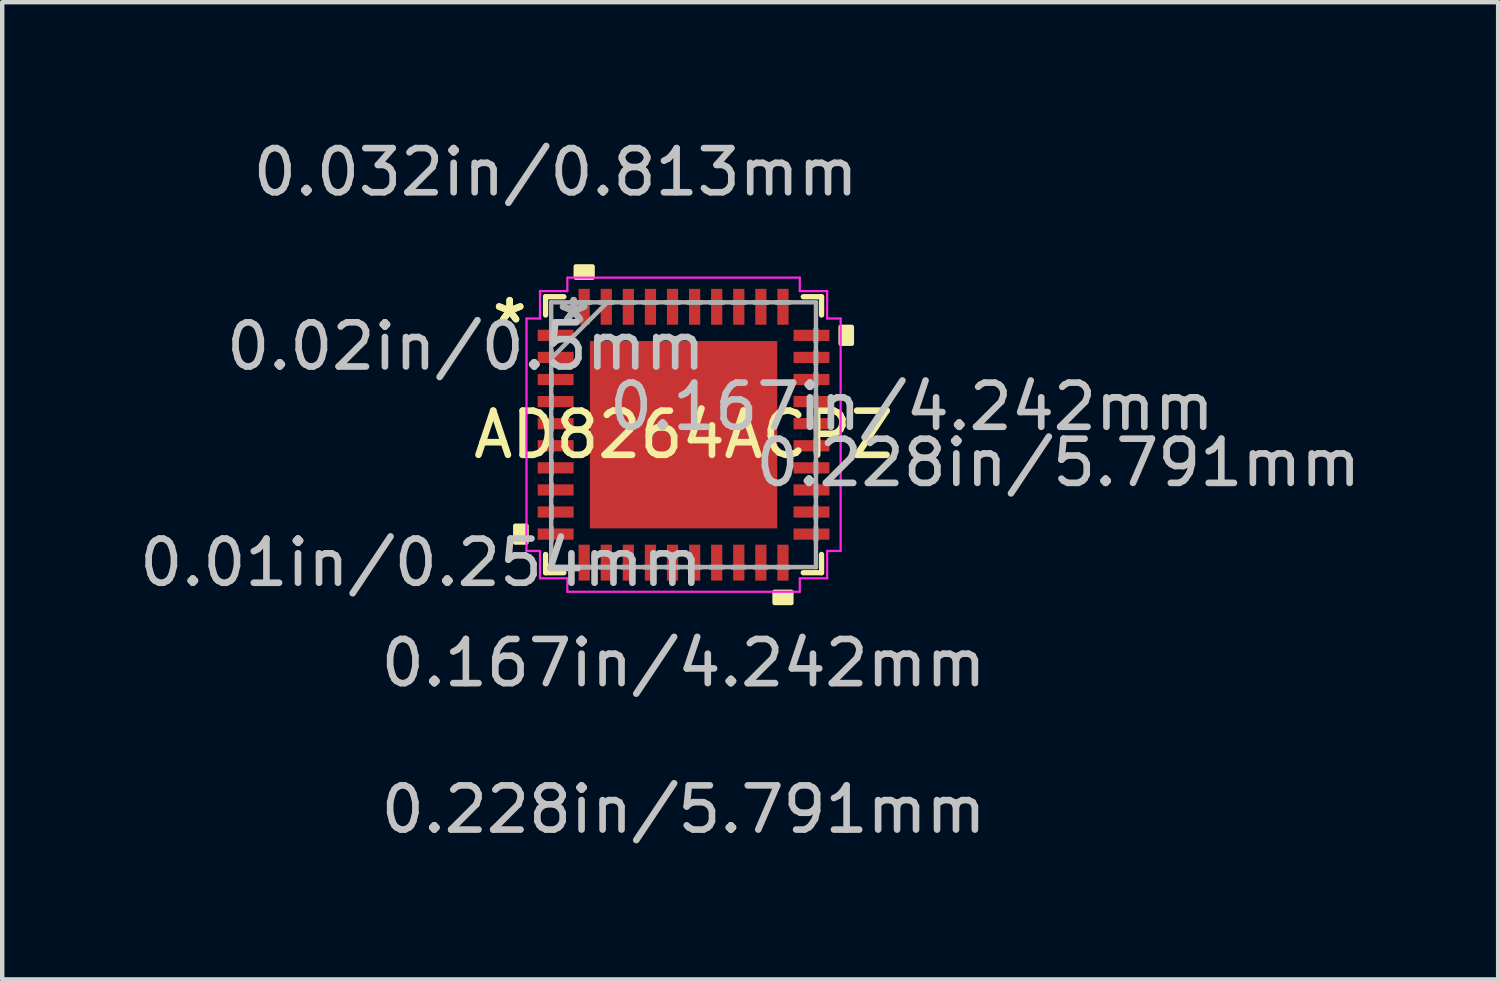
<source format=kicad_pcb>
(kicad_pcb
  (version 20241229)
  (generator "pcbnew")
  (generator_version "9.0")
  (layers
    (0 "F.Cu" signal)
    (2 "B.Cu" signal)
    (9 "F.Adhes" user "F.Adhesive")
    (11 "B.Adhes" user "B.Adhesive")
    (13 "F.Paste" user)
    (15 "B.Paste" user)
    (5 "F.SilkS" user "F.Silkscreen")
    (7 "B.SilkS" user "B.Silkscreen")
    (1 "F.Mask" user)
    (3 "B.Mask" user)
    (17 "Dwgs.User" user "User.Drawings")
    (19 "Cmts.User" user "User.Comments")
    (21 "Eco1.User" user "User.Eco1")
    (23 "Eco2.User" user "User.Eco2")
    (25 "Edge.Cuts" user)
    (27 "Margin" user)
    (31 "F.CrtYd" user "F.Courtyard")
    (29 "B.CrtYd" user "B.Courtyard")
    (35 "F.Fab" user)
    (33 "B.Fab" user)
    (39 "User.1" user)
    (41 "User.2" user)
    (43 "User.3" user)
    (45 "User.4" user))
  (footprint "AD8264ACPZ"
    (layer "F.Cu")
    (at 12.426 6.792)
    (property "Reference" "AD8264ACPZ" (at 0 0 0) (layer "F.SilkS") (effects (font (size 1 1) (thickness 0.15))))
    (attr through_hole)
    (fp_line (start -3.124 -3.124) (end -3.124 -2.71) (stroke (width 0.12) (type solid)) (layer "F.SilkS"))
    (fp_line (start -3.124 2.71) (end -3.124 3.124) (stroke (width 0.12) (type solid)) (layer "F.SilkS"))
    (fp_line (start -3.124 3.124) (end -2.71 3.124) (stroke (width 0.12) (type solid)) (layer "F.SilkS"))
    (fp_line (start -2.71 -3.124) (end -3.124 -3.124) (stroke (width 0.12) (type solid)) (layer "F.SilkS"))
    (fp_line (start 2.71 3.124) (end 3.124 3.124) (stroke (width 0.12) (type solid)) (layer "F.SilkS"))
    (fp_line (start 3.124 -3.124) (end 2.71 -3.124) (stroke (width 0.12) (type solid)) (layer "F.SilkS"))
    (fp_line (start 3.124 -2.71) (end 3.124 -3.124) (stroke (width 0.12) (type solid)) (layer "F.SilkS"))
    (fp_line (start 3.124 3.124) (end 3.124 2.71) (stroke (width 0.12) (type solid)) (layer "F.SilkS"))
    (fp_poly (pts (xy -3.81 2.06) (xy -3.81 2.441) (xy -3.556 2.441) (xy -3.556 2.06)) (stroke (width 0.1) (type solid)) (fill yes) (layer "F.SilkS"))
    (fp_poly (pts (xy -2.441 -3.556) (xy -2.441 -3.81) (xy -2.06 -3.81) (xy -2.06 -3.556)) (stroke (width 0.1) (type solid)) (fill yes) (layer "F.SilkS"))
    (fp_poly (pts (xy 2.06 3.556) (xy 2.06 3.81) (xy 2.441 3.81) (xy 2.441 3.556)) (stroke (width 0.1) (type solid)) (fill yes) (layer "F.SilkS"))
    (fp_poly (pts (xy 3.81 -2.441) (xy 3.81 -2.06) (xy 3.556 -2.06) (xy 3.556 -2.441)) (stroke (width 0.1) (type solid)) (fill yes) (layer "F.SilkS"))
    (fp_poly (pts (xy -2.021 -2.021) (xy -2.021 -0.807) (xy -0.807 -0.807) (xy -0.807 -2.021)) (stroke (width 0.1) (type solid)) (fill yes) (layer "F.Paste"))
    (fp_poly (pts (xy -2.021 -0.607) (xy -2.021 0.607) (xy -0.807 0.607) (xy -0.807 -0.607)) (stroke (width 0.1) (type solid)) (fill yes) (layer "F.Paste"))
    (fp_poly (pts (xy -2.021 0.807) (xy -2.021 2.021) (xy -0.807 2.021) (xy -0.807 0.807)) (stroke (width 0.1) (type solid)) (fill yes) (layer "F.Paste"))
    (fp_poly (pts (xy -0.607 -2.021) (xy -0.607 -0.807) (xy 0.607 -0.807) (xy 0.607 -2.021)) (stroke (width 0.1) (type solid)) (fill yes) (layer "F.Paste"))
    (fp_poly (pts (xy -0.607 -0.607) (xy -0.607 0.607) (xy 0.607 0.607) (xy 0.607 -0.607)) (stroke (width 0.1) (type solid)) (fill yes) (layer "F.Paste"))
    (fp_poly (pts (xy -0.607 0.807) (xy -0.607 2.021) (xy 0.607 2.021) (xy 0.607 0.807)) (stroke (width 0.1) (type solid)) (fill yes) (layer "F.Paste"))
    (fp_poly (pts (xy 0.807 -2.021) (xy 0.807 -0.807) (xy 2.021 -0.807) (xy 2.021 -2.021)) (stroke (width 0.1) (type solid)) (fill yes) (layer "F.Paste"))
    (fp_poly (pts (xy 0.807 -0.607) (xy 0.807 0.607) (xy 2.021 0.607) (xy 2.021 -0.607)) (stroke (width 0.1) (type solid)) (fill yes) (layer "F.Paste"))
    (fp_poly (pts (xy 0.807 0.807) (xy 0.807 2.021) (xy 2.021 2.021) (xy 2.021 0.807)) (stroke (width 0.1) (type solid)) (fill yes) (layer "F.Paste"))
    (fp_line (start -3.556 -2.631) (end -3.251 -2.631) (stroke (width 0.05) (type solid)) (layer "F.CrtYd"))
    (fp_line (start -3.556 2.631) (end -3.556 -2.631) (stroke (width 0.05) (type solid)) (layer "F.CrtYd"))
    (fp_line (start -3.251 -3.251) (end -2.631 -3.251) (stroke (width 0.05) (type solid)) (layer "F.CrtYd"))
    (fp_line (start -3.251 -2.631) (end -3.251 -3.251) (stroke (width 0.05) (type solid)) (layer "F.CrtYd"))
    (fp_line (start -3.251 2.631) (end -3.556 2.631) (stroke (width 0.05) (type solid)) (layer "F.CrtYd"))
    (fp_line (start -3.251 3.251) (end -3.251 2.631) (stroke (width 0.05) (type solid)) (layer "F.CrtYd"))
    (fp_line (start -2.631 -3.556) (end 2.631 -3.556) (stroke (width 0.05) (type solid)) (layer "F.CrtYd"))
    (fp_line (start -2.631 -3.251) (end -2.631 -3.556) (stroke (width 0.05) (type solid)) (layer "F.CrtYd"))
    (fp_line (start -2.631 3.251) (end -3.251 3.251) (stroke (width 0.05) (type solid)) (layer "F.CrtYd"))
    (fp_line (start -2.631 3.556) (end -2.631 3.251) (stroke (width 0.05) (type solid)) (layer "F.CrtYd"))
    (fp_line (start 2.631 -3.556) (end 2.631 -3.251) (stroke (width 0.05) (type solid)) (layer "F.CrtYd"))
    (fp_line (start 2.631 -3.251) (end 3.251 -3.251) (stroke (width 0.05) (type solid)) (layer "F.CrtYd"))
    (fp_line (start 2.631 3.251) (end 2.631 3.556) (stroke (width 0.05) (type solid)) (layer "F.CrtYd"))
    (fp_line (start 2.631 3.556) (end -2.631 3.556) (stroke (width 0.05) (type solid)) (layer "F.CrtYd"))
    (fp_line (start 3.251 -3.251) (end 3.251 -2.631) (stroke (width 0.05) (type solid)) (layer "F.CrtYd"))
    (fp_line (start 3.251 -2.631) (end 3.556 -2.631) (stroke (width 0.05) (type solid)) (layer "F.CrtYd"))
    (fp_line (start 3.251 2.631) (end 3.251 3.251) (stroke (width 0.05) (type solid)) (layer "F.CrtYd"))
    (fp_line (start 3.251 3.251) (end 2.631 3.251) (stroke (width 0.05) (type solid)) (layer "F.CrtYd"))
    (fp_line (start 3.556 -2.631) (end 3.556 2.631) (stroke (width 0.05) (type solid)) (layer "F.CrtYd"))
    (fp_line (start 3.556 2.631) (end 3.251 2.631) (stroke (width 0.05) (type solid)) (layer "F.CrtYd"))
    (fp_line (start -2.997 -2.997) (end -2.997 -2.997) (stroke (width 0.1) (type solid)) (layer "F.Fab"))
    (fp_line (start -2.997 -2.997) (end -2.997 2.997) (stroke (width 0.1) (type solid)) (layer "F.Fab"))
    (fp_line (start -2.997 -2.402) (end -2.997 -2.402) (stroke (width 0.1) (type solid)) (layer "F.Fab"))
    (fp_line (start -2.997 -2.402) (end -2.997 -2.098) (stroke (width 0.1) (type solid)) (layer "F.Fab"))
    (fp_line (start -2.997 -2.098) (end -2.997 -2.402) (stroke (width 0.1) (type solid)) (layer "F.Fab"))
    (fp_line (start -2.997 -2.098) (end -2.997 -2.098) (stroke (width 0.1) (type solid)) (layer "F.Fab"))
    (fp_line (start -2.997 -1.902) (end -2.997 -1.902) (stroke (width 0.1) (type solid)) (layer "F.Fab"))
    (fp_line (start -2.997 -1.902) (end -2.997 -1.598) (stroke (width 0.1) (type solid)) (layer "F.Fab"))
    (fp_line (start -2.997 -1.727) (end -1.727 -2.997) (stroke (width 0.1) (type solid)) (layer "F.Fab"))
    (fp_line (start -2.997 -1.598) (end -2.997 -1.902) (stroke (width 0.1) (type solid)) (layer "F.Fab"))
    (fp_line (start -2.997 -1.598) (end -2.997 -1.598) (stroke (width 0.1) (type solid)) (layer "F.Fab"))
    (fp_line (start -2.997 -1.402) (end -2.997 -1.402) (stroke (width 0.1) (type solid)) (layer "F.Fab"))
    (fp_line (start -2.997 -1.402) (end -2.997 -1.098) (stroke (width 0.1) (type solid)) (layer "F.Fab"))
    (fp_line (start -2.997 -1.098) (end -2.997 -1.402) (stroke (width 0.1) (type solid)) (layer "F.Fab"))
    (fp_line (start -2.997 -1.098) (end -2.997 -1.098) (stroke (width 0.1) (type solid)) (layer "F.Fab"))
    (fp_line (start -2.997 -0.902) (end -2.997 -0.902) (stroke (width 0.1) (type solid)) (layer "F.Fab"))
    (fp_line (start -2.997 -0.902) (end -2.997 -0.598) (stroke (width 0.1) (type solid)) (layer "F.Fab"))
    (fp_line (start -2.997 -0.598) (end -2.997 -0.902) (stroke (width 0.1) (type solid)) (layer "F.Fab"))
    (fp_line (start -2.997 -0.598) (end -2.997 -0.598) (stroke (width 0.1) (type solid)) (layer "F.Fab"))
    (fp_line (start -2.997 -0.402) (end -2.997 -0.402) (stroke (width 0.1) (type solid)) (layer "F.Fab"))
    (fp_line (start -2.997 -0.402) (end -2.997 -0.098) (stroke (width 0.1) (type solid)) (layer "F.Fab"))
    (fp_line (start -2.997 -0.098) (end -2.997 -0.402) (stroke (width 0.1) (type solid)) (layer "F.Fab"))
    (fp_line (start -2.997 -0.098) (end -2.997 -0.098) (stroke (width 0.1) (type solid)) (layer "F.Fab"))
    (fp_line (start -2.997 0.098) (end -2.997 0.098) (stroke (width 0.1) (type solid)) (layer "F.Fab"))
    (fp_line (start -2.997 0.098) (end -2.997 0.402) (stroke (width 0.1) (type solid)) (layer "F.Fab"))
    (fp_line (start -2.997 0.402) (end -2.997 0.098) (stroke (width 0.1) (type solid)) (layer "F.Fab"))
    (fp_line (start -2.997 0.402) (end -2.997 0.402) (stroke (width 0.1) (type solid)) (layer "F.Fab"))
    (fp_line (start -2.997 0.598) (end -2.997 0.598) (stroke (width 0.1) (type solid)) (layer "F.Fab"))
    (fp_line (start -2.997 0.598) (end -2.997 0.902) (stroke (width 0.1) (type solid)) (layer "F.Fab"))
    (fp_line (start -2.997 0.902) (end -2.997 0.598) (stroke (width 0.1) (type solid)) (layer "F.Fab"))
    (fp_line (start -2.997 0.902) (end -2.997 0.902) (stroke (width 0.1) (type solid)) (layer "F.Fab"))
    (fp_line (start -2.997 1.098) (end -2.997 1.098) (stroke (width 0.1) (type solid)) (layer "F.Fab"))
    (fp_line (start -2.997 1.098) (end -2.997 1.402) (stroke (width 0.1) (type solid)) (layer "F.Fab"))
    (fp_line (start -2.997 1.402) (end -2.997 1.098) (stroke (width 0.1) (type solid)) (layer "F.Fab"))
    (fp_line (start -2.997 1.402) (end -2.997 1.402) (stroke (width 0.1) (type solid)) (layer "F.Fab"))
    (fp_line (start -2.997 1.598) (end -2.997 1.598) (stroke (width 0.1) (type solid)) (layer "F.Fab"))
    (fp_line (start -2.997 1.598) (end -2.997 1.902) (stroke (width 0.1) (type solid)) (layer "F.Fab"))
    (fp_line (start -2.997 1.902) (end -2.997 1.598) (stroke (width 0.1) (type solid)) (layer "F.Fab"))
    (fp_line (start -2.997 1.902) (end -2.997 1.902) (stroke (width 0.1) (type solid)) (layer "F.Fab"))
    (fp_line (start -2.997 2.098) (end -2.997 2.098) (stroke (width 0.1) (type solid)) (layer "F.Fab"))
    (fp_line (start -2.997 2.098) (end -2.997 2.402) (stroke (width 0.1) (type solid)) (layer "F.Fab"))
    (fp_line (start -2.997 2.402) (end -2.997 2.098) (stroke (width 0.1) (type solid)) (layer "F.Fab"))
    (fp_line (start -2.997 2.402) (end -2.997 2.402) (stroke (width 0.1) (type solid)) (layer "F.Fab"))
    (fp_line (start -2.997 2.997) (end -2.997 2.997) (stroke (width 0.1) (type solid)) (layer "F.Fab"))
    (fp_line (start -2.997 2.997) (end 2.997 2.997) (stroke (width 0.1) (type solid)) (layer "F.Fab"))
    (fp_line (start -2.402 -2.997) (end -2.402 -2.997) (stroke (width 0.1) (type solid)) (layer "F.Fab"))
    (fp_line (start -2.402 -2.997) (end -2.098 -2.997) (stroke (width 0.1) (type solid)) (layer "F.Fab"))
    (fp_line (start -2.402 2.997) (end -2.402 2.997) (stroke (width 0.1) (type solid)) (layer "F.Fab"))
    (fp_line (start -2.402 2.997) (end -2.098 2.997) (stroke (width 0.1) (type solid)) (layer "F.Fab"))
    (fp_line (start -2.098 -2.997) (end -2.402 -2.997) (stroke (width 0.1) (type solid)) (layer "F.Fab"))
    (fp_line (start -2.098 -2.997) (end -2.098 -2.997) (stroke (width 0.1) (type solid)) (layer "F.Fab"))
    (fp_line (start -2.098 2.997) (end -2.402 2.997) (stroke (width 0.1) (type solid)) (layer "F.Fab"))
    (fp_line (start -2.098 2.997) (end -2.098 2.997) (stroke (width 0.1) (type solid)) (layer "F.Fab"))
    (fp_line (start -1.902 -2.997) (end -1.902 -2.997) (stroke (width 0.1) (type solid)) (layer "F.Fab"))
    (fp_line (start -1.902 -2.997) (end -1.598 -2.997) (stroke (width 0.1) (type solid)) (layer "F.Fab"))
    (fp_line (start -1.902 2.997) (end -1.902 2.997) (stroke (width 0.1) (type solid)) (layer "F.Fab"))
    (fp_line (start -1.902 2.997) (end -1.598 2.997) (stroke (width 0.1) (type solid)) (layer "F.Fab"))
    (fp_line (start -1.598 -2.997) (end -1.902 -2.997) (stroke (width 0.1) (type solid)) (layer "F.Fab"))
    (fp_line (start -1.598 -2.997) (end -1.598 -2.997) (stroke (width 0.1) (type solid)) (layer "F.Fab"))
    (fp_line (start -1.598 2.997) (end -1.902 2.997) (stroke (width 0.1) (type solid)) (layer "F.Fab"))
    (fp_line (start -1.598 2.997) (end -1.598 2.997) (stroke (width 0.1) (type solid)) (layer "F.Fab"))
    (fp_line (start -1.402 -2.997) (end -1.402 -2.997) (stroke (width 0.1) (type solid)) (layer "F.Fab"))
    (fp_line (start -1.402 -2.997) (end -1.098 -2.997) (stroke (width 0.1) (type solid)) (layer "F.Fab"))
    (fp_line (start -1.402 2.997) (end -1.402 2.997) (stroke (width 0.1) (type solid)) (layer "F.Fab"))
    (fp_line (start -1.402 2.997) (end -1.098 2.997) (stroke (width 0.1) (type solid)) (layer "F.Fab"))
    (fp_line (start -1.098 -2.997) (end -1.402 -2.997) (stroke (width 0.1) (type solid)) (layer "F.Fab"))
    (fp_line (start -1.098 -2.997) (end -1.098 -2.997) (stroke (width 0.1) (type solid)) (layer "F.Fab"))
    (fp_line (start -1.098 2.997) (end -1.402 2.997) (stroke (width 0.1) (type solid)) (layer "F.Fab"))
    (fp_line (start -1.098 2.997) (end -1.098 2.997) (stroke (width 0.1) (type solid)) (layer "F.Fab"))
    (fp_line (start -0.902 -2.997) (end -0.902 -2.997) (stroke (width 0.1) (type solid)) (layer "F.Fab"))
    (fp_line (start -0.902 -2.997) (end -0.598 -2.997) (stroke (width 0.1) (type solid)) (layer "F.Fab"))
    (fp_line (start -0.902 2.997) (end -0.902 2.997) (stroke (width 0.1) (type solid)) (layer "F.Fab"))
    (fp_line (start -0.902 2.997) (end -0.598 2.997) (stroke (width 0.1) (type solid)) (layer "F.Fab"))
    (fp_line (start -0.598 -2.997) (end -0.902 -2.997) (stroke (width 0.1) (type solid)) (layer "F.Fab"))
    (fp_line (start -0.598 -2.997) (end -0.598 -2.997) (stroke (width 0.1) (type solid)) (layer "F.Fab"))
    (fp_line (start -0.598 2.997) (end -0.902 2.997) (stroke (width 0.1) (type solid)) (layer "F.Fab"))
    (fp_line (start -0.598 2.997) (end -0.598 2.997) (stroke (width 0.1) (type solid)) (layer "F.Fab"))
    (fp_line (start -0.402 -2.997) (end -0.402 -2.997) (stroke (width 0.1) (type solid)) (layer "F.Fab"))
    (fp_line (start -0.402 -2.997) (end -0.098 -2.997) (stroke (width 0.1) (type solid)) (layer "F.Fab"))
    (fp_line (start -0.402 2.997) (end -0.402 2.997) (stroke (width 0.1) (type solid)) (layer "F.Fab"))
    (fp_line (start -0.402 2.997) (end -0.098 2.997) (stroke (width 0.1) (type solid)) (layer "F.Fab"))
    (fp_line (start -0.098 -2.997) (end -0.402 -2.997) (stroke (width 0.1) (type solid)) (layer "F.Fab"))
    (fp_line (start -0.098 -2.997) (end -0.098 -2.997) (stroke (width 0.1) (type solid)) (layer "F.Fab"))
    (fp_line (start -0.098 2.997) (end -0.402 2.997) (stroke (width 0.1) (type solid)) (layer "F.Fab"))
    (fp_line (start -0.098 2.997) (end -0.098 2.997) (stroke (width 0.1) (type solid)) (layer "F.Fab"))
    (fp_line (start 0.098 -2.997) (end 0.098 -2.997) (stroke (width 0.1) (type solid)) (layer "F.Fab"))
    (fp_line (start 0.098 -2.997) (end 0.402 -2.997) (stroke (width 0.1) (type solid)) (layer "F.Fab"))
    (fp_line (start 0.098 2.997) (end 0.098 2.997) (stroke (width 0.1) (type solid)) (layer "F.Fab"))
    (fp_line (start 0.098 2.997) (end 0.402 2.997) (stroke (width 0.1) (type solid)) (layer "F.Fab"))
    (fp_line (start 0.402 -2.997) (end 0.098 -2.997) (stroke (width 0.1) (type solid)) (layer "F.Fab"))
    (fp_line (start 0.402 -2.997) (end 0.402 -2.997) (stroke (width 0.1) (type solid)) (layer "F.Fab"))
    (fp_line (start 0.402 2.997) (end 0.098 2.997) (stroke (width 0.1) (type solid)) (layer "F.Fab"))
    (fp_line (start 0.402 2.997) (end 0.402 2.997) (stroke (width 0.1) (type solid)) (layer "F.Fab"))
    (fp_line (start 0.598 -2.997) (end 0.598 -2.997) (stroke (width 0.1) (type solid)) (layer "F.Fab"))
    (fp_line (start 0.598 -2.997) (end 0.902 -2.997) (stroke (width 0.1) (type solid)) (layer "F.Fab"))
    (fp_line (start 0.598 2.997) (end 0.598 2.997) (stroke (width 0.1) (type solid)) (layer "F.Fab"))
    (fp_line (start 0.598 2.997) (end 0.902 2.997) (stroke (width 0.1) (type solid)) (layer "F.Fab"))
    (fp_line (start 0.902 -2.997) (end 0.598 -2.997) (stroke (width 0.1) (type solid)) (layer "F.Fab"))
    (fp_line (start 0.902 -2.997) (end 0.902 -2.997) (stroke (width 0.1) (type solid)) (layer "F.Fab"))
    (fp_line (start 0.902 2.997) (end 0.598 2.997) (stroke (width 0.1) (type solid)) (layer "F.Fab"))
    (fp_line (start 0.902 2.997) (end 0.902 2.997) (stroke (width 0.1) (type solid)) (layer "F.Fab"))
    (fp_line (start 1.098 -2.997) (end 1.098 -2.997) (stroke (width 0.1) (type solid)) (layer "F.Fab"))
    (fp_line (start 1.098 -2.997) (end 1.402 -2.997) (stroke (width 0.1) (type solid)) (layer "F.Fab"))
    (fp_line (start 1.098 2.997) (end 1.098 2.997) (stroke (width 0.1) (type solid)) (layer "F.Fab"))
    (fp_line (start 1.098 2.997) (end 1.402 2.997) (stroke (width 0.1) (type solid)) (layer "F.Fab"))
    (fp_line (start 1.402 -2.997) (end 1.098 -2.997) (stroke (width 0.1) (type solid)) (layer "F.Fab"))
    (fp_line (start 1.402 -2.997) (end 1.402 -2.997) (stroke (width 0.1) (type solid)) (layer "F.Fab"))
    (fp_line (start 1.402 2.997) (end 1.098 2.997) (stroke (width 0.1) (type solid)) (layer "F.Fab"))
    (fp_line (start 1.402 2.997) (end 1.402 2.997) (stroke (width 0.1) (type solid)) (layer "F.Fab"))
    (fp_line (start 1.598 -2.997) (end 1.598 -2.997) (stroke (width 0.1) (type solid)) (layer "F.Fab"))
    (fp_line (start 1.598 -2.997) (end 1.902 -2.997) (stroke (width 0.1) (type solid)) (layer "F.Fab"))
    (fp_line (start 1.598 2.997) (end 1.598 2.997) (stroke (width 0.1) (type solid)) (layer "F.Fab"))
    (fp_line (start 1.598 2.997) (end 1.902 2.997) (stroke (width 0.1) (type solid)) (layer "F.Fab"))
    (fp_line (start 1.902 -2.997) (end 1.598 -2.997) (stroke (width 0.1) (type solid)) (layer "F.Fab"))
    (fp_line (start 1.902 -2.997) (end 1.902 -2.997) (stroke (width 0.1) (type solid)) (layer "F.Fab"))
    (fp_line (start 1.902 2.997) (end 1.598 2.997) (stroke (width 0.1) (type solid)) (layer "F.Fab"))
    (fp_line (start 1.902 2.997) (end 1.902 2.997) (stroke (width 0.1) (type solid)) (layer "F.Fab"))
    (fp_line (start 2.098 -2.997) (end 2.098 -2.997) (stroke (width 0.1) (type solid)) (layer "F.Fab"))
    (fp_line (start 2.098 -2.997) (end 2.402 -2.997) (stroke (width 0.1) (type solid)) (layer "F.Fab"))
    (fp_line (start 2.098 2.997) (end 2.098 2.997) (stroke (width 0.1) (type solid)) (layer "F.Fab"))
    (fp_line (start 2.098 2.997) (end 2.402 2.997) (stroke (width 0.1) (type solid)) (layer "F.Fab"))
    (fp_line (start 2.402 -2.997) (end 2.098 -2.997) (stroke (width 0.1) (type solid)) (layer "F.Fab"))
    (fp_line (start 2.402 -2.997) (end 2.402 -2.997) (stroke (width 0.1) (type solid)) (layer "F.Fab"))
    (fp_line (start 2.402 2.997) (end 2.098 2.997) (stroke (width 0.1) (type solid)) (layer "F.Fab"))
    (fp_line (start 2.402 2.997) (end 2.402 2.997) (stroke (width 0.1) (type solid)) (layer "F.Fab"))
    (fp_line (start 2.997 -2.997) (end -2.997 -2.997) (stroke (width 0.1) (type solid)) (layer "F.Fab"))
    (fp_line (start 2.997 -2.997) (end 2.997 -2.997) (stroke (width 0.1) (type solid)) (layer "F.Fab"))
    (fp_line (start 2.997 -2.402) (end 2.997 -2.402) (stroke (width 0.1) (type solid)) (layer "F.Fab"))
    (fp_line (start 2.997 -2.402) (end 2.997 -2.098) (stroke (width 0.1) (type solid)) (layer "F.Fab"))
    (fp_line (start 2.997 -2.098) (end 2.997 -2.402) (stroke (width 0.1) (type solid)) (layer "F.Fab"))
    (fp_line (start 2.997 -2.098) (end 2.997 -2.098) (stroke (width 0.1) (type solid)) (layer "F.Fab"))
    (fp_line (start 2.997 -1.902) (end 2.997 -1.902) (stroke (width 0.1) (type solid)) (layer "F.Fab"))
    (fp_line (start 2.997 -1.902) (end 2.997 -1.598) (stroke (width 0.1) (type solid)) (layer "F.Fab"))
    (fp_line (start 2.997 -1.598) (end 2.997 -1.902) (stroke (width 0.1) (type solid)) (layer "F.Fab"))
    (fp_line (start 2.997 -1.598) (end 2.997 -1.598) (stroke (width 0.1) (type solid)) (layer "F.Fab"))
    (fp_line (start 2.997 -1.402) (end 2.997 -1.402) (stroke (width 0.1) (type solid)) (layer "F.Fab"))
    (fp_line (start 2.997 -1.402) (end 2.997 -1.098) (stroke (width 0.1) (type solid)) (layer "F.Fab"))
    (fp_line (start 2.997 -1.098) (end 2.997 -1.402) (stroke (width 0.1) (type solid)) (layer "F.Fab"))
    (fp_line (start 2.997 -1.098) (end 2.997 -1.098) (stroke (width 0.1) (type solid)) (layer "F.Fab"))
    (fp_line (start 2.997 -0.902) (end 2.997 -0.902) (stroke (width 0.1) (type solid)) (layer "F.Fab"))
    (fp_line (start 2.997 -0.902) (end 2.997 -0.598) (stroke (width 0.1) (type solid)) (layer "F.Fab"))
    (fp_line (start 2.997 -0.598) (end 2.997 -0.902) (stroke (width 0.1) (type solid)) (layer "F.Fab"))
    (fp_line (start 2.997 -0.598) (end 2.997 -0.598) (stroke (width 0.1) (type solid)) (layer "F.Fab"))
    (fp_line (start 2.997 -0.402) (end 2.997 -0.402) (stroke (width 0.1) (type solid)) (layer "F.Fab"))
    (fp_line (start 2.997 -0.402) (end 2.997 -0.098) (stroke (width 0.1) (type solid)) (layer "F.Fab"))
    (fp_line (start 2.997 -0.098) (end 2.997 -0.402) (stroke (width 0.1) (type solid)) (layer "F.Fab"))
    (fp_line (start 2.997 -0.098) (end 2.997 -0.098) (stroke (width 0.1) (type solid)) (layer "F.Fab"))
    (fp_line (start 2.997 0.098) (end 2.997 0.098) (stroke (width 0.1) (type solid)) (layer "F.Fab"))
    (fp_line (start 2.997 0.098) (end 2.997 0.402) (stroke (width 0.1) (type solid)) (layer "F.Fab"))
    (fp_line (start 2.997 0.402) (end 2.997 0.098) (stroke (width 0.1) (type solid)) (layer "F.Fab"))
    (fp_line (start 2.997 0.402) (end 2.997 0.402) (stroke (width 0.1) (type solid)) (layer "F.Fab"))
    (fp_line (start 2.997 0.598) (end 2.997 0.598) (stroke (width 0.1) (type solid)) (layer "F.Fab"))
    (fp_line (start 2.997 0.598) (end 2.997 0.902) (stroke (width 0.1) (type solid)) (layer "F.Fab"))
    (fp_line (start 2.997 0.902) (end 2.997 0.598) (stroke (width 0.1) (type solid)) (layer "F.Fab"))
    (fp_line (start 2.997 0.902) (end 2.997 0.902) (stroke (width 0.1) (type solid)) (layer "F.Fab"))
    (fp_line (start 2.997 1.098) (end 2.997 1.098) (stroke (width 0.1) (type solid)) (layer "F.Fab"))
    (fp_line (start 2.997 1.098) (end 2.997 1.402) (stroke (width 0.1) (type solid)) (layer "F.Fab"))
    (fp_line (start 2.997 1.402) (end 2.997 1.098) (stroke (width 0.1) (type solid)) (layer "F.Fab"))
    (fp_line (start 2.997 1.402) (end 2.997 1.402) (stroke (width 0.1) (type solid)) (layer "F.Fab"))
    (fp_line (start 2.997 1.598) (end 2.997 1.598) (stroke (width 0.1) (type solid)) (layer "F.Fab"))
    (fp_line (start 2.997 1.598) (end 2.997 1.902) (stroke (width 0.1) (type solid)) (layer "F.Fab"))
    (fp_line (start 2.997 1.902) (end 2.997 1.598) (stroke (width 0.1) (type solid)) (layer "F.Fab"))
    (fp_line (start 2.997 1.902) (end 2.997 1.902) (stroke (width 0.1) (type solid)) (layer "F.Fab"))
    (fp_line (start 2.997 2.098) (end 2.997 2.098) (stroke (width 0.1) (type solid)) (layer "F.Fab"))
    (fp_line (start 2.997 2.098) (end 2.997 2.402) (stroke (width 0.1) (type solid)) (layer "F.Fab"))
    (fp_line (start 2.997 2.402) (end 2.997 2.098) (stroke (width 0.1) (type solid)) (layer "F.Fab"))
    (fp_line (start 2.997 2.402) (end 2.997 2.402) (stroke (width 0.1) (type solid)) (layer "F.Fab"))
    (fp_line (start 2.997 2.997) (end 2.997 -2.997) (stroke (width 0.1) (type solid)) (layer "F.Fab"))
    (fp_line (start 2.997 2.997) (end 2.997 2.997) (stroke (width 0.1) (type solid)) (layer "F.Fab"))
    (fp_text user "*" (at -3.937 -2.5 0) (layer "F.SilkS") (effects (font (size 1 1) (thickness 0.15))))
    (fp_text user "*" (at -3.937 -2.5 0) (layer "F.SilkS") (effects (font (size 1 1) (thickness 0.15))))
    (fp_text user "0.032in/0.813mm" (at -2.896 -5.944 0) (layer "Dwgs.User") (effects (font (size 1 1) (thickness 0.15))))
    (fp_text user "0.167in/4.242mm" (at 5.169 -0.635 0) (layer "Dwgs.User") (effects (font (size 1 1) (thickness 0.15))))
    (fp_text user "0.228in/5.791mm" (at 0 8.484 0) (layer "Dwgs.User") (effects (font (size 1 1) (thickness 0.15))))
    (fp_text user "0.167in/4.242mm" (at 0 5.169 0) (layer "Dwgs.User") (effects (font (size 1 1) (thickness 0.15))))
    (fp_text user "0.02in/0.5mm" (at -4.928 -2 0) (layer "Dwgs.User") (effects (font (size 1 1) (thickness 0.15))))
    (fp_text user "0.228in/5.791mm" (at 8.484 0.635 0) (layer "Dwgs.User") (effects (font (size 1 1) (thickness 0.15))))
    (fp_text user "0.01in/0.254mm" (at -5.944 2.896 0) (layer "Dwgs.User") (effects (font (size 1 1) (thickness 0.15))))
    (fp_text user "Copyright 2021 Accelerated Designs. All rights reserved." (at 0 0 0) (layer "Cmts.User") (effects (font (size 0.127 0.127) (thickness 0.002))))
    (fp_text user "*" (at -2.489 -2.5 0) (layer "F.Fab") (effects (font (size 1 1) (thickness 0.15))))
    (fp_text user "*" (at -2.489 -2.5 0) (layer "F.Fab") (effects (font (size 1 1) (thickness 0.15))))
    (pad "1" smd rect (at -2.896 -2.25 90) (size 0.254 0.813) (layers "F.Cu" "F.Mask" "F.Paste"))
    (pad "2" smd rect (at -2.896 -1.75 90) (size 0.254 0.813) (layers "F.Cu" "F.Mask" "F.Paste"))
    (pad "3" smd rect (at -2.896 -1.25 90) (size 0.254 0.813) (layers "F.Cu" "F.Mask" "F.Paste"))
    (pad "4" smd rect (at -2.896 -0.75 90) (size 0.254 0.813) (layers "F.Cu" "F.Mask" "F.Paste"))
    (pad "5" smd rect (at -2.896 -0.25 90) (size 0.254 0.813) (layers "F.Cu" "F.Mask" "F.Paste"))
    (pad "6" smd rect (at -2.896 0.25 90) (size 0.254 0.813) (layers "F.Cu" "F.Mask" "F.Paste"))
    (pad "7" smd rect (at -2.896 0.75 90) (size 0.254 0.813) (layers "F.Cu" "F.Mask" "F.Paste"))
    (pad "8" smd rect (at -2.896 1.25 90) (size 0.254 0.813) (layers "F.Cu" "F.Mask" "F.Paste"))
    (pad "9" smd rect (at -2.896 1.75 90) (size 0.254 0.813) (layers "F.Cu" "F.Mask" "F.Paste"))
    (pad "10" smd rect (at -2.896 2.25 90) (size 0.254 0.813) (layers "F.Cu" "F.Mask" "F.Paste"))
    (pad "11" smd rect (at -2.25 2.896) (size 0.254 0.813) (layers "F.Cu" "F.Mask" "F.Paste"))
    (pad "12" smd rect (at -1.75 2.896) (size 0.254 0.813) (layers "F.Cu" "F.Mask" "F.Paste"))
    (pad "13" smd rect (at -1.25 2.896) (size 0.254 0.813) (layers "F.Cu" "F.Mask" "F.Paste"))
    (pad "14" smd rect (at -0.75 2.896) (size 0.254 0.813) (layers "F.Cu" "F.Mask" "F.Paste"))
    (pad "15" smd rect (at -0.25 2.896) (size 0.254 0.813) (layers "F.Cu" "F.Mask" "F.Paste"))
    (pad "16" smd rect (at 0.25 2.896) (size 0.254 0.813) (layers "F.Cu" "F.Mask" "F.Paste"))
    (pad "17" smd rect (at 0.75 2.896) (size 0.254 0.813) (layers "F.Cu" "F.Mask" "F.Paste"))
    (pad "18" smd rect (at 1.25 2.896) (size 0.254 0.813) (layers "F.Cu" "F.Mask" "F.Paste"))
    (pad "19" smd rect (at 1.75 2.896) (size 0.254 0.813) (layers "F.Cu" "F.Mask" "F.Paste"))
    (pad "20" smd rect (at 2.25 2.896) (size 0.254 0.813) (layers "F.Cu" "F.Mask" "F.Paste"))
    (pad "21" smd rect (at 2.896 2.25 90) (size 0.254 0.813) (layers "F.Cu" "F.Mask" "F.Paste"))
    (pad "22" smd rect (at 2.896 1.75 90) (size 0.254 0.813) (layers "F.Cu" "F.Mask" "F.Paste"))
    (pad "23" smd rect (at 2.896 1.25 90) (size 0.254 0.813) (layers "F.Cu" "F.Mask" "F.Paste"))
    (pad "24" smd rect (at 2.896 0.75 90) (size 0.254 0.813) (layers "F.Cu" "F.Mask" "F.Paste"))
    (pad "25" smd rect (at 2.896 0.25 90) (size 0.254 0.813) (layers "F.Cu" "F.Mask" "F.Paste"))
    (pad "26" smd rect (at 2.896 -0.25 90) (size 0.254 0.813) (layers "F.Cu" "F.Mask" "F.Paste"))
    (pad "27" smd rect (at 2.896 -0.75 90) (size 0.254 0.813) (layers "F.Cu" "F.Mask" "F.Paste"))
    (pad "28" smd rect (at 2.896 -1.25 90) (size 0.254 0.813) (layers "F.Cu" "F.Mask" "F.Paste"))
    (pad "29" smd rect (at 2.896 -1.75 90) (size 0.254 0.813) (layers "F.Cu" "F.Mask" "F.Paste"))
    (pad "30" smd rect (at 2.896 -2.25 90) (size 0.254 0.813) (layers "F.Cu" "F.Mask" "F.Paste"))
    (pad "31" smd rect (at 2.25 -2.896) (size 0.254 0.813) (layers "F.Cu" "F.Mask" "F.Paste"))
    (pad "32" smd rect (at 1.75 -2.896) (size 0.254 0.813) (layers "F.Cu" "F.Mask" "F.Paste"))
    (pad "33" smd rect (at 1.25 -2.896) (size 0.254 0.813) (layers "F.Cu" "F.Mask" "F.Paste"))
    (pad "34" smd rect (at 0.75 -2.896) (size 0.254 0.813) (layers "F.Cu" "F.Mask" "F.Paste"))
    (pad "35" smd rect (at 0.25 -2.896) (size 0.254 0.813) (layers "F.Cu" "F.Mask" "F.Paste"))
    (pad "36" smd rect (at -0.25 -2.896) (size 0.254 0.813) (layers "F.Cu" "F.Mask" "F.Paste"))
    (pad "37" smd rect (at -0.75 -2.896) (size 0.254 0.813) (layers "F.Cu" "F.Mask" "F.Paste"))
    (pad "38" smd rect (at -1.25 -2.896) (size 0.254 0.813) (layers "F.Cu" "F.Mask" "F.Paste"))
    (pad "39" smd rect (at -1.75 -2.896) (size 0.254 0.813) (layers "F.Cu" "F.Mask" "F.Paste"))
    (pad "40" smd rect (at -2.25 -2.896) (size 0.254 0.813) (layers "F.Cu" "F.Mask" "F.Paste"))
    (pad "41" smd rect (at 0 0) (size 4.242 4.242) (layers "F.Cu" "F.Mask" "F.Paste")))
  (gr_rect
    (start -3 -3)
    (end 30.868 19.124)
    (stroke (width 0.1) (type default))
    (fill no)
    (layer "Edge.Cuts")))
</source>
